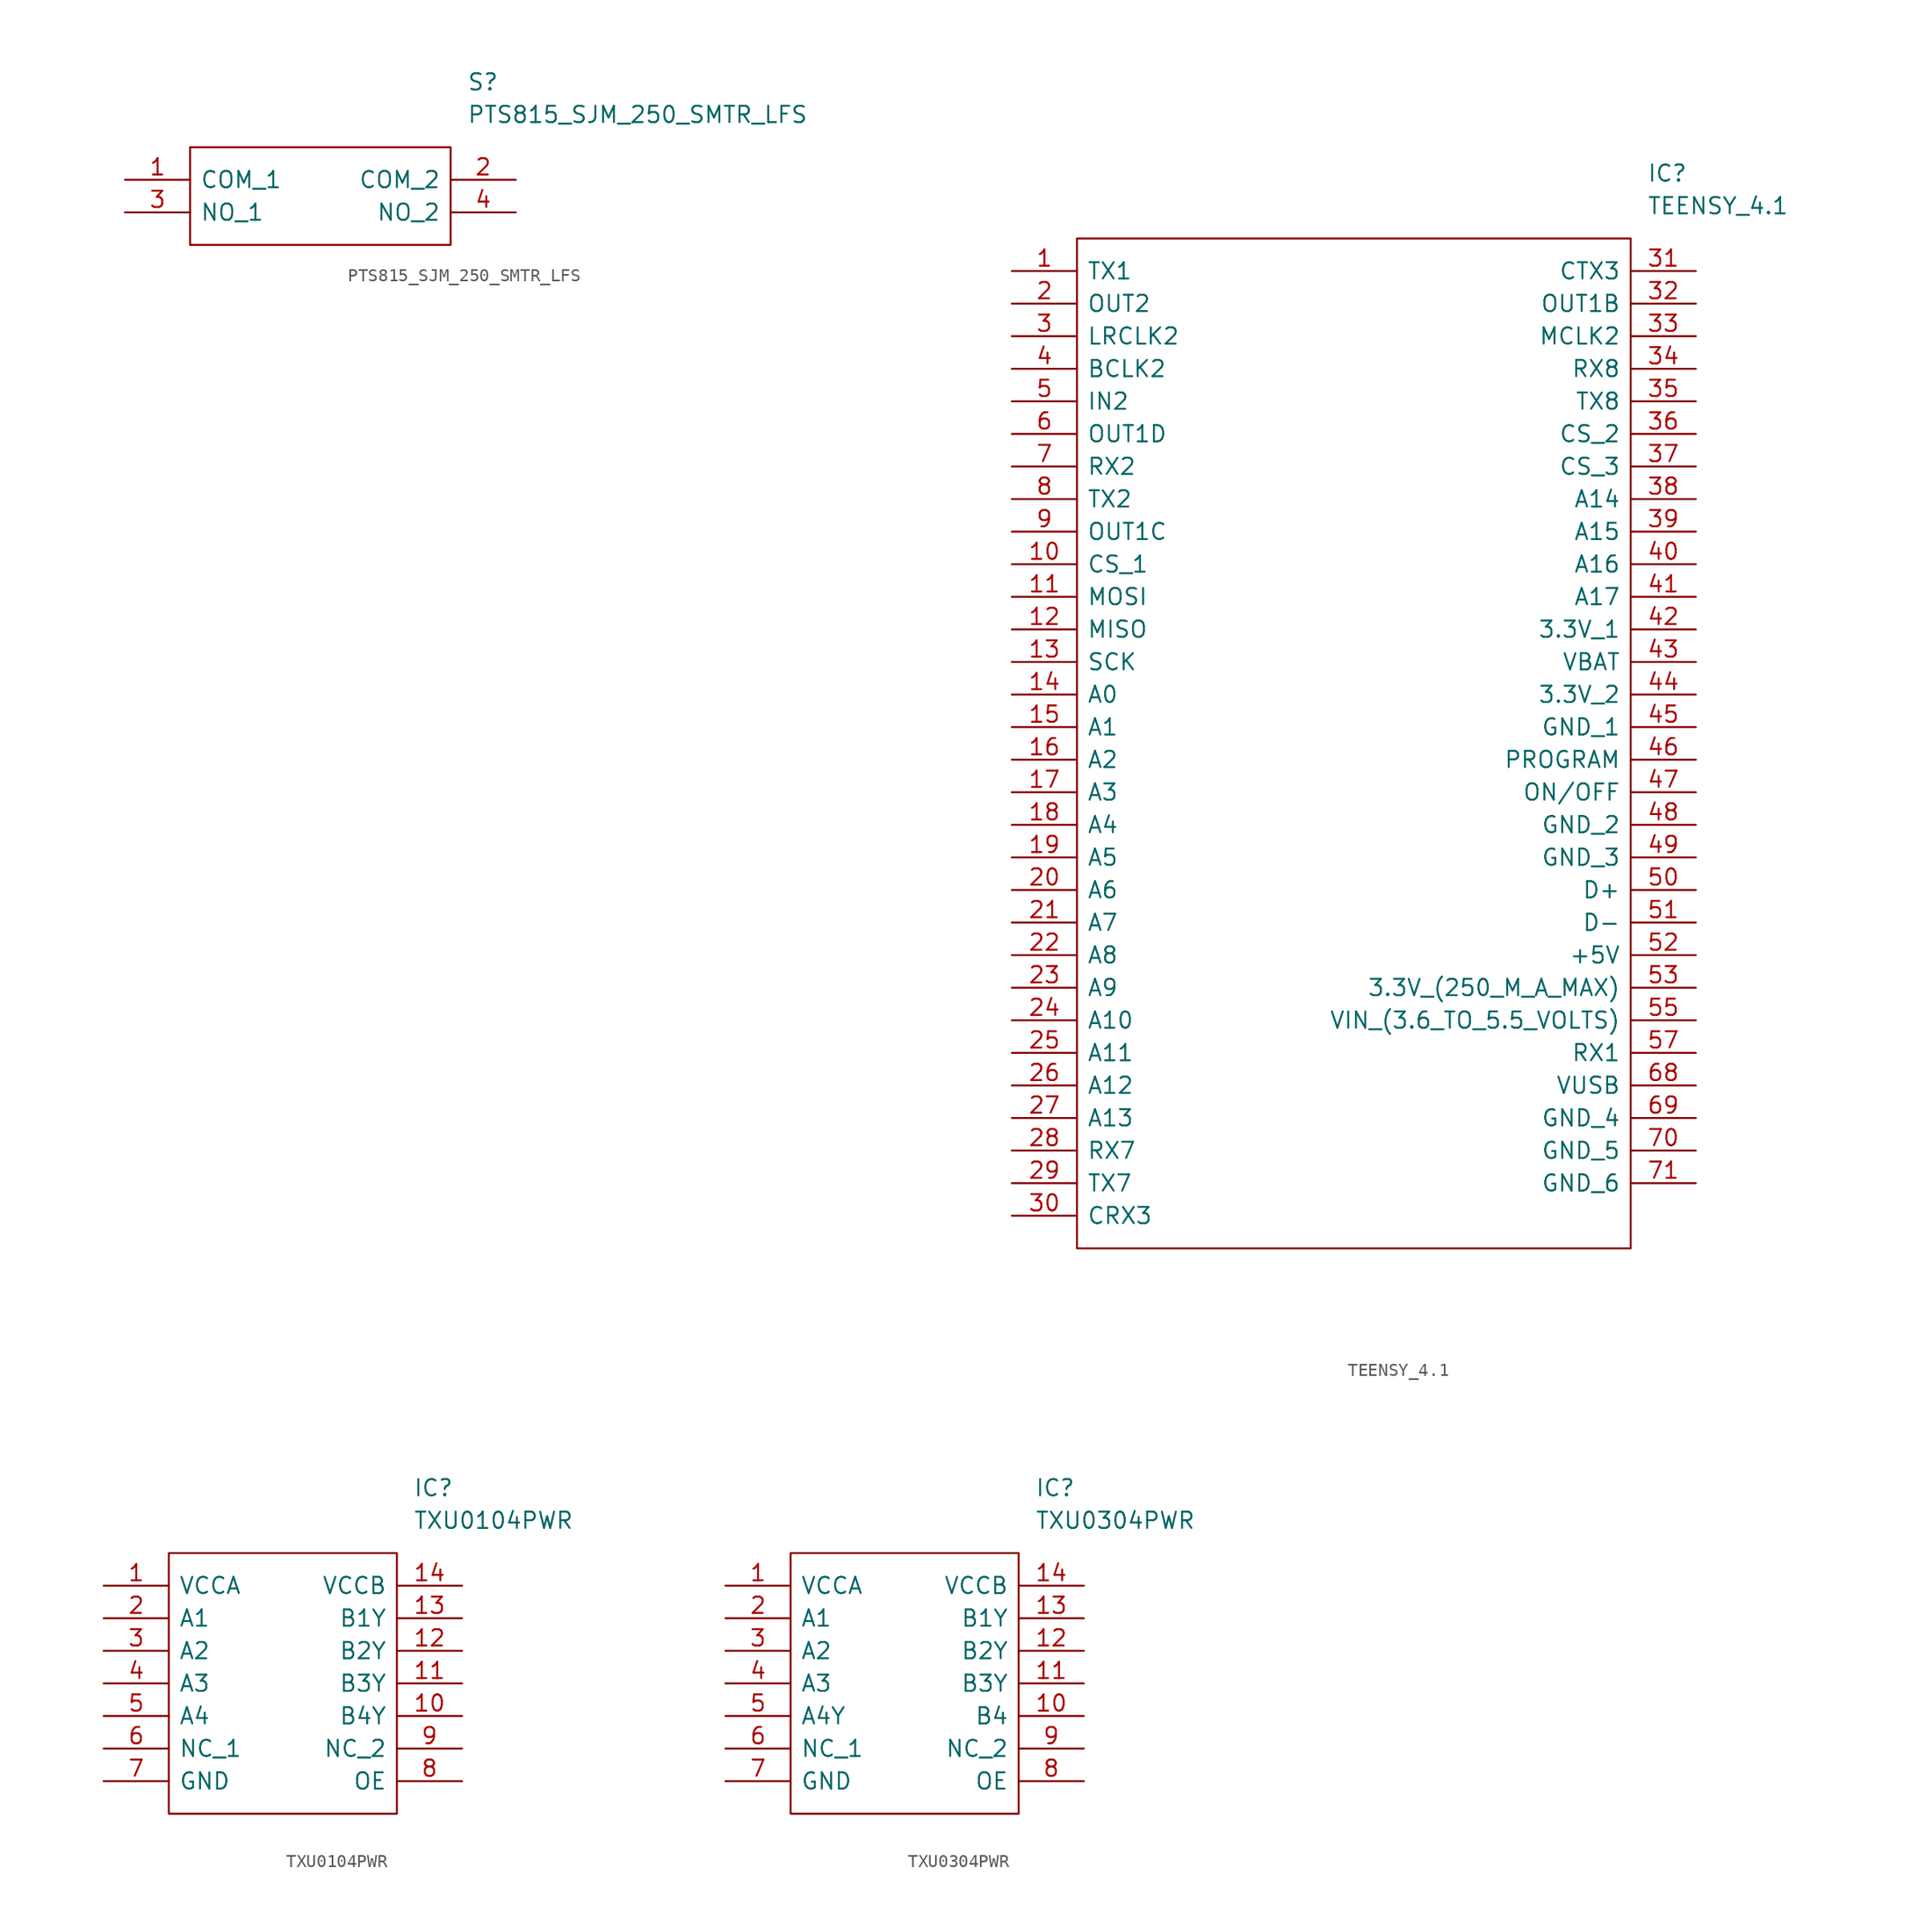
<source format=kicad_sym>
(kicad_symbol_lib
  (version 20211014)
  (generator kicad_symbol_editor)
  (symbol "PTS815_SJM_250_SMTR_LFS"
    (pin_names
      (offset 0.762))
    (property "Reference" "S"
      (at 26.67 7.62 0)
      (effects (font (size 1.27 1.27)) (justify left)))
    (property "Value" "PTS815_SJM_250_SMTR_LFS"
      (at 26.67 5.08 0)
      (effects (font (size 1.27 1.27)) (justify left)))
    (symbol "PTS815_SJM_250_SMTR_LFS_0_0"
      (pin passive line (at 0 0 0) (length 5.08) (name "COM_1" (effects (font (size 1.27 1.27)))) (number "1" (effects (font (size 1.27 1.27)))))
      (pin passive line (at 30.48 0 180) (length 5.08) (name "COM_2" (effects (font (size 1.27 1.27)))) (number "2" (effects (font (size 1.27 1.27)))))
      (pin passive line (at 0 -2.54 0) (length 5.08) (name "NO_1" (effects (font (size 1.27 1.27)))) (number "3" (effects (font (size 1.27 1.27)))))
      (pin passive line (at 30.48 -2.54 180) (length 5.08) (name "NO_2" (effects (font (size 1.27 1.27)))) (number "4" (effects (font (size 1.27 1.27))))))
    (symbol "PTS815_SJM_250_SMTR_LFS_0_1"
      (polyline (pts (xy 5.08 2.54) (xy 25.4 2.54) (xy 25.4 -5.08) (xy 5.08 -5.08) (xy 5.08 2.54)) (stroke (width 0.152) (type default) (color 0 0 0 0)) (fill (type none)))))
  (symbol "TEENSY_4.1"
    (pin_names
      (offset 0.762))
    (property "Reference" "IC"
      (at 49.53 7.62 0)
      (effects (font (size 1.27 1.27)) (justify left)))
    (property "Value" "TEENSY_4.1"
      (at 49.53 5.08 0)
      (effects (font (size 1.27 1.27)) (justify left)))
    (symbol "TEENSY_4.1_0_0"
      (pin passive line (at 0 0 0) (length 5.08) (name "TX1" (effects (font (size 1.27 1.27)))) (number "1" (effects (font (size 1.27 1.27)))))
      (pin passive line (at 0 -22.86 0) (length 5.08) (name "CS_1" (effects (font (size 1.27 1.27)))) (number "10" (effects (font (size 1.27 1.27)))))
      (pin passive line (at 0 -25.4 0) (length 5.08) (name "MOSI" (effects (font (size 1.27 1.27)))) (number "11" (effects (font (size 1.27 1.27)))))
      (pin passive line (at 0 -27.94 0) (length 5.08) (name "MISO" (effects (font (size 1.27 1.27)))) (number "12" (effects (font (size 1.27 1.27)))))
      (pin passive line (at 0 -30.48 0) (length 5.08) (name "SCK" (effects (font (size 1.27 1.27)))) (number "13" (effects (font (size 1.27 1.27)))))
      (pin passive line (at 0 -33.02 0) (length 5.08) (name "A0" (effects (font (size 1.27 1.27)))) (number "14" (effects (font (size 1.27 1.27)))))
      (pin passive line (at 0 -35.56 0) (length 5.08) (name "A1" (effects (font (size 1.27 1.27)))) (number "15" (effects (font (size 1.27 1.27)))))
      (pin passive line (at 0 -38.1 0) (length 5.08) (name "A2" (effects (font (size 1.27 1.27)))) (number "16" (effects (font (size 1.27 1.27)))))
      (pin passive line (at 0 -40.64 0) (length 5.08) (name "A3" (effects (font (size 1.27 1.27)))) (number "17" (effects (font (size 1.27 1.27)))))
      (pin passive line (at 0 -43.18 0) (length 5.08) (name "A4" (effects (font (size 1.27 1.27)))) (number "18" (effects (font (size 1.27 1.27)))))
      (pin passive line (at 0 -45.72 0) (length 5.08) (name "A5" (effects (font (size 1.27 1.27)))) (number "19" (effects (font (size 1.27 1.27)))))
      (pin passive line (at 0 -2.54 0) (length 5.08) (name "OUT2" (effects (font (size 1.27 1.27)))) (number "2" (effects (font (size 1.27 1.27)))))
      (pin passive line (at 0 -48.26 0) (length 5.08) (name "A6" (effects (font (size 1.27 1.27)))) (number "20" (effects (font (size 1.27 1.27)))))
      (pin passive line (at 0 -50.8 0) (length 5.08) (name "A7" (effects (font (size 1.27 1.27)))) (number "21" (effects (font (size 1.27 1.27)))))
      (pin passive line (at 0 -53.34 0) (length 5.08) (name "A8" (effects (font (size 1.27 1.27)))) (number "22" (effects (font (size 1.27 1.27)))))
      (pin passive line (at 0 -55.88 0) (length 5.08) (name "A9" (effects (font (size 1.27 1.27)))) (number "23" (effects (font (size 1.27 1.27)))))
      (pin passive line (at 0 -58.42 0) (length 5.08) (name "A10" (effects (font (size 1.27 1.27)))) (number "24" (effects (font (size 1.27 1.27)))))
      (pin passive line (at 0 -60.96 0) (length 5.08) (name "A11" (effects (font (size 1.27 1.27)))) (number "25" (effects (font (size 1.27 1.27)))))
      (pin passive line (at 0 -63.5 0) (length 5.08) (name "A12" (effects (font (size 1.27 1.27)))) (number "26" (effects (font (size 1.27 1.27)))))
      (pin passive line (at 0 -66.04 0) (length 5.08) (name "A13" (effects (font (size 1.27 1.27)))) (number "27" (effects (font (size 1.27 1.27)))))
      (pin passive line (at 0 -68.58 0) (length 5.08) (name "RX7" (effects (font (size 1.27 1.27)))) (number "28" (effects (font (size 1.27 1.27)))))
      (pin passive line (at 0 -71.12 0) (length 5.08) (name "TX7" (effects (font (size 1.27 1.27)))) (number "29" (effects (font (size 1.27 1.27)))))
      (pin passive line (at 0 -5.08 0) (length 5.08) (name "LRCLK2" (effects (font (size 1.27 1.27)))) (number "3" (effects (font (size 1.27 1.27)))))
      (pin passive line (at 0 -73.66 0) (length 5.08) (name "CRX3" (effects (font (size 1.27 1.27)))) (number "30" (effects (font (size 1.27 1.27)))))
      (pin passive line (at 53.34 0 180) (length 5.08) (name "CTX3" (effects (font (size 1.27 1.27)))) (number "31" (effects (font (size 1.27 1.27)))))
      (pin passive line (at 53.34 -2.54 180) (length 5.08) (name "OUT1B" (effects (font (size 1.27 1.27)))) (number "32" (effects (font (size 1.27 1.27)))))
      (pin passive line (at 53.34 -5.08 180) (length 5.08) (name "MCLK2" (effects (font (size 1.27 1.27)))) (number "33" (effects (font (size 1.27 1.27)))))
      (pin passive line (at 53.34 -7.62 180) (length 5.08) (name "RX8" (effects (font (size 1.27 1.27)))) (number "34" (effects (font (size 1.27 1.27)))))
      (pin passive line (at 53.34 -10.16 180) (length 5.08) (name "TX8" (effects (font (size 1.27 1.27)))) (number "35" (effects (font (size 1.27 1.27)))))
      (pin passive line (at 53.34 -12.7 180) (length 5.08) (name "CS_2" (effects (font (size 1.27 1.27)))) (number "36" (effects (font (size 1.27 1.27)))))
      (pin passive line (at 53.34 -15.24 180) (length 5.08) (name "CS_3" (effects (font (size 1.27 1.27)))) (number "37" (effects (font (size 1.27 1.27)))))
      (pin passive line (at 53.34 -17.78 180) (length 5.08) (name "A14" (effects (font (size 1.27 1.27)))) (number "38" (effects (font (size 1.27 1.27)))))
      (pin passive line (at 53.34 -20.32 180) (length 5.08) (name "A15" (effects (font (size 1.27 1.27)))) (number "39" (effects (font (size 1.27 1.27)))))
      (pin passive line (at 0 -7.62 0) (length 5.08) (name "BCLK2" (effects (font (size 1.27 1.27)))) (number "4" (effects (font (size 1.27 1.27)))))
      (pin passive line (at 53.34 -22.86 180) (length 5.08) (name "A16" (effects (font (size 1.27 1.27)))) (number "40" (effects (font (size 1.27 1.27)))))
      (pin passive line (at 53.34 -25.4 180) (length 5.08) (name "A17" (effects (font (size 1.27 1.27)))) (number "41" (effects (font (size 1.27 1.27)))))
      (pin passive line (at 53.34 -27.94 180) (length 5.08) (name "3.3V_1" (effects (font (size 1.27 1.27)))) (number "42" (effects (font (size 1.27 1.27)))))
      (pin passive line (at 53.34 -30.48 180) (length 5.08) (name "VBAT" (effects (font (size 1.27 1.27)))) (number "43" (effects (font (size 1.27 1.27)))))
      (pin passive line (at 53.34 -33.02 180) (length 5.08) (name "3.3V_2" (effects (font (size 1.27 1.27)))) (number "44" (effects (font (size 1.27 1.27)))))
      (pin passive line (at 53.34 -35.56 180) (length 5.08) (name "GND_1" (effects (font (size 1.27 1.27)))) (number "45" (effects (font (size 1.27 1.27)))))
      (pin passive line (at 53.34 -38.1 180) (length 5.08) (name "PROGRAM" (effects (font (size 1.27 1.27)))) (number "46" (effects (font (size 1.27 1.27)))))
      (pin passive line (at 53.34 -40.64 180) (length 5.08) (name "ON/OFF" (effects (font (size 1.27 1.27)))) (number "47" (effects (font (size 1.27 1.27)))))
      (pin passive line (at 53.34 -43.18 180) (length 5.08) (name "GND_2" (effects (font (size 1.27 1.27)))) (number "48" (effects (font (size 1.27 1.27)))))
      (pin passive line (at 53.34 -45.72 180) (length 5.08) (name "GND_3" (effects (font (size 1.27 1.27)))) (number "49" (effects (font (size 1.27 1.27)))))
      (pin passive line (at 0 -10.16 0) (length 5.08) (name "IN2" (effects (font (size 1.27 1.27)))) (number "5" (effects (font (size 1.27 1.27)))))
      (pin passive line (at 53.34 -48.26 180) (length 5.08) (name "D+" (effects (font (size 1.27 1.27)))) (number "50" (effects (font (size 1.27 1.27)))))
      (pin passive line (at 53.34 -50.8 180) (length 5.08) (name "D-" (effects (font (size 1.27 1.27)))) (number "51" (effects (font (size 1.27 1.27)))))
      (pin passive line (at 53.34 -53.34 180) (length 5.08) (name "+5V" (effects (font (size 1.27 1.27)))) (number "52" (effects (font (size 1.27 1.27)))))
      (pin passive line (at 53.34 -55.88 180) (length 5.08) (name "3.3V_(250_M_A_MAX)" (effects (font (size 1.27 1.27)))) (number "53" (effects (font (size 1.27 1.27)))))
      (pin passive line (at 53.34 -58.42 180) (length 5.08) (name "VIN_(3.6_TO_5.5_VOLTS)" (effects (font (size 1.27 1.27)))) (number "55" (effects (font (size 1.27 1.27)))))
      (pin passive line (at 53.34 -60.96 180) (length 5.08) (name "RX1" (effects (font (size 1.27 1.27)))) (number "57" (effects (font (size 1.27 1.27)))))
      (pin passive line (at 0 -12.7 0) (length 5.08) (name "OUT1D" (effects (font (size 1.27 1.27)))) (number "6" (effects (font (size 1.27 1.27)))))
      (pin passive line (at 53.34 -63.5 180) (length 5.08) (name "VUSB" (effects (font (size 1.27 1.27)))) (number "68" (effects (font (size 1.27 1.27)))))
      (pin passive line (at 53.34 -66.04 180) (length 5.08) (name "GND_4" (effects (font (size 1.27 1.27)))) (number "69" (effects (font (size 1.27 1.27)))))
      (pin passive line (at 0 -15.24 0) (length 5.08) (name "RX2" (effects (font (size 1.27 1.27)))) (number "7" (effects (font (size 1.27 1.27)))))
      (pin passive line (at 53.34 -68.58 180) (length 5.08) (name "GND_5" (effects (font (size 1.27 1.27)))) (number "70" (effects (font (size 1.27 1.27)))))
      (pin passive line (at 53.34 -71.12 180) (length 5.08) (name "GND_6" (effects (font (size 1.27 1.27)))) (number "71" (effects (font (size 1.27 1.27)))))
      (pin passive line (at 0 -17.78 0) (length 5.08) (name "TX2" (effects (font (size 1.27 1.27)))) (number "8" (effects (font (size 1.27 1.27)))))
      (pin passive line (at 0 -20.32 0) (length 5.08) (name "OUT1C" (effects (font (size 1.27 1.27)))) (number "9" (effects (font (size 1.27 1.27))))))
    (symbol "TEENSY_4.1_0_1"
      (polyline (pts (xy 5.08 2.54) (xy 48.26 2.54) (xy 48.26 -76.2) (xy 5.08 -76.2) (xy 5.08 2.54)) (stroke (width 0.152) (type default) (color 0 0 0 0)) (fill (type none)))))
  (symbol "TXU0104PWR"
    (pin_names
      (offset 0.762))
    (property "Reference" "IC"
      (at 24.13 7.62 0)
      (effects (font (size 1.27 1.27)) (justify left)))
    (property "Value" "TXU0104PWR"
      (at 24.13 5.08 0)
      (effects (font (size 1.27 1.27)) (justify left)))
    (symbol "TXU0104PWR_0_0"
      (pin passive line (at 0 0 0) (length 5.08) (name "VCCA" (effects (font (size 1.27 1.27)))) (number "1" (effects (font (size 1.27 1.27)))))
      (pin passive line (at 27.94 -10.16 180) (length 5.08) (name "B4Y" (effects (font (size 1.27 1.27)))) (number "10" (effects (font (size 1.27 1.27)))))
      (pin passive line (at 27.94 -7.62 180) (length 5.08) (name "B3Y" (effects (font (size 1.27 1.27)))) (number "11" (effects (font (size 1.27 1.27)))))
      (pin passive line (at 27.94 -5.08 180) (length 5.08) (name "B2Y" (effects (font (size 1.27 1.27)))) (number "12" (effects (font (size 1.27 1.27)))))
      (pin passive line (at 27.94 -2.54 180) (length 5.08) (name "B1Y" (effects (font (size 1.27 1.27)))) (number "13" (effects (font (size 1.27 1.27)))))
      (pin passive line (at 27.94 0 180) (length 5.08) (name "VCCB" (effects (font (size 1.27 1.27)))) (number "14" (effects (font (size 1.27 1.27)))))
      (pin passive line (at 0 -2.54 0) (length 5.08) (name "A1" (effects (font (size 1.27 1.27)))) (number "2" (effects (font (size 1.27 1.27)))))
      (pin passive line (at 0 -5.08 0) (length 5.08) (name "A2" (effects (font (size 1.27 1.27)))) (number "3" (effects (font (size 1.27 1.27)))))
      (pin passive line (at 0 -7.62 0) (length 5.08) (name "A3" (effects (font (size 1.27 1.27)))) (number "4" (effects (font (size 1.27 1.27)))))
      (pin passive line (at 0 -10.16 0) (length 5.08) (name "A4" (effects (font (size 1.27 1.27)))) (number "5" (effects (font (size 1.27 1.27)))))
      (pin passive line (at 0 -12.7 0) (length 5.08) (name "NC_1" (effects (font (size 1.27 1.27)))) (number "6" (effects (font (size 1.27 1.27)))))
      (pin passive line (at 0 -15.24 0) (length 5.08) (name "GND" (effects (font (size 1.27 1.27)))) (number "7" (effects (font (size 1.27 1.27)))))
      (pin passive line (at 27.94 -15.24 180) (length 5.08) (name "OE" (effects (font (size 1.27 1.27)))) (number "8" (effects (font (size 1.27 1.27)))))
      (pin passive line (at 27.94 -12.7 180) (length 5.08) (name "NC_2" (effects (font (size 1.27 1.27)))) (number "9" (effects (font (size 1.27 1.27))))))
    (symbol "TXU0104PWR_0_1"
      (polyline (pts (xy 5.08 2.54) (xy 22.86 2.54) (xy 22.86 -17.78) (xy 5.08 -17.78) (xy 5.08 2.54)) (stroke (width 0.152) (type default) (color 0 0 0 0)) (fill (type none)))))
  (symbol "TXU0304PWR"
    (pin_names
      (offset 0.762))
    (property "Reference" "IC"
      (at 24.13 7.62 0)
      (effects (font (size 1.27 1.27)) (justify left)))
    (property "Value" "TXU0304PWR"
      (at 24.13 5.08 0)
      (effects (font (size 1.27 1.27)) (justify left)))
    (symbol "TXU0304PWR_0_0"
      (pin passive line (at 0 0 0) (length 5.08) (name "VCCA" (effects (font (size 1.27 1.27)))) (number "1" (effects (font (size 1.27 1.27)))))
      (pin passive line (at 27.94 -10.16 180) (length 5.08) (name "B4" (effects (font (size 1.27 1.27)))) (number "10" (effects (font (size 1.27 1.27)))))
      (pin passive line (at 27.94 -7.62 180) (length 5.08) (name "B3Y" (effects (font (size 1.27 1.27)))) (number "11" (effects (font (size 1.27 1.27)))))
      (pin passive line (at 27.94 -5.08 180) (length 5.08) (name "B2Y" (effects (font (size 1.27 1.27)))) (number "12" (effects (font (size 1.27 1.27)))))
      (pin passive line (at 27.94 -2.54 180) (length 5.08) (name "B1Y" (effects (font (size 1.27 1.27)))) (number "13" (effects (font (size 1.27 1.27)))))
      (pin passive line (at 27.94 0 180) (length 5.08) (name "VCCB" (effects (font (size 1.27 1.27)))) (number "14" (effects (font (size 1.27 1.27)))))
      (pin passive line (at 0 -2.54 0) (length 5.08) (name "A1" (effects (font (size 1.27 1.27)))) (number "2" (effects (font (size 1.27 1.27)))))
      (pin passive line (at 0 -5.08 0) (length 5.08) (name "A2" (effects (font (size 1.27 1.27)))) (number "3" (effects (font (size 1.27 1.27)))))
      (pin passive line (at 0 -7.62 0) (length 5.08) (name "A3" (effects (font (size 1.27 1.27)))) (number "4" (effects (font (size 1.27 1.27)))))
      (pin passive line (at 0 -10.16 0) (length 5.08) (name "A4Y" (effects (font (size 1.27 1.27)))) (number "5" (effects (font (size 1.27 1.27)))))
      (pin passive line (at 0 -12.7 0) (length 5.08) (name "NC_1" (effects (font (size 1.27 1.27)))) (number "6" (effects (font (size 1.27 1.27)))))
      (pin passive line (at 0 -15.24 0) (length 5.08) (name "GND" (effects (font (size 1.27 1.27)))) (number "7" (effects (font (size 1.27 1.27)))))
      (pin passive line (at 27.94 -15.24 180) (length 5.08) (name "OE" (effects (font (size 1.27 1.27)))) (number "8" (effects (font (size 1.27 1.27)))))
      (pin passive line (at 27.94 -12.7 180) (length 5.08) (name "NC_2" (effects (font (size 1.27 1.27)))) (number "9" (effects (font (size 1.27 1.27))))))
    (symbol "TXU0304PWR_0_1"
      (polyline (pts (xy 5.08 2.54) (xy 22.86 2.54) (xy 22.86 -17.78) (xy 5.08 -17.78) (xy 5.08 2.54)) (stroke (width 0.152) (type default) (color 0 0 0 0)) (fill (type none))))))
</source>
